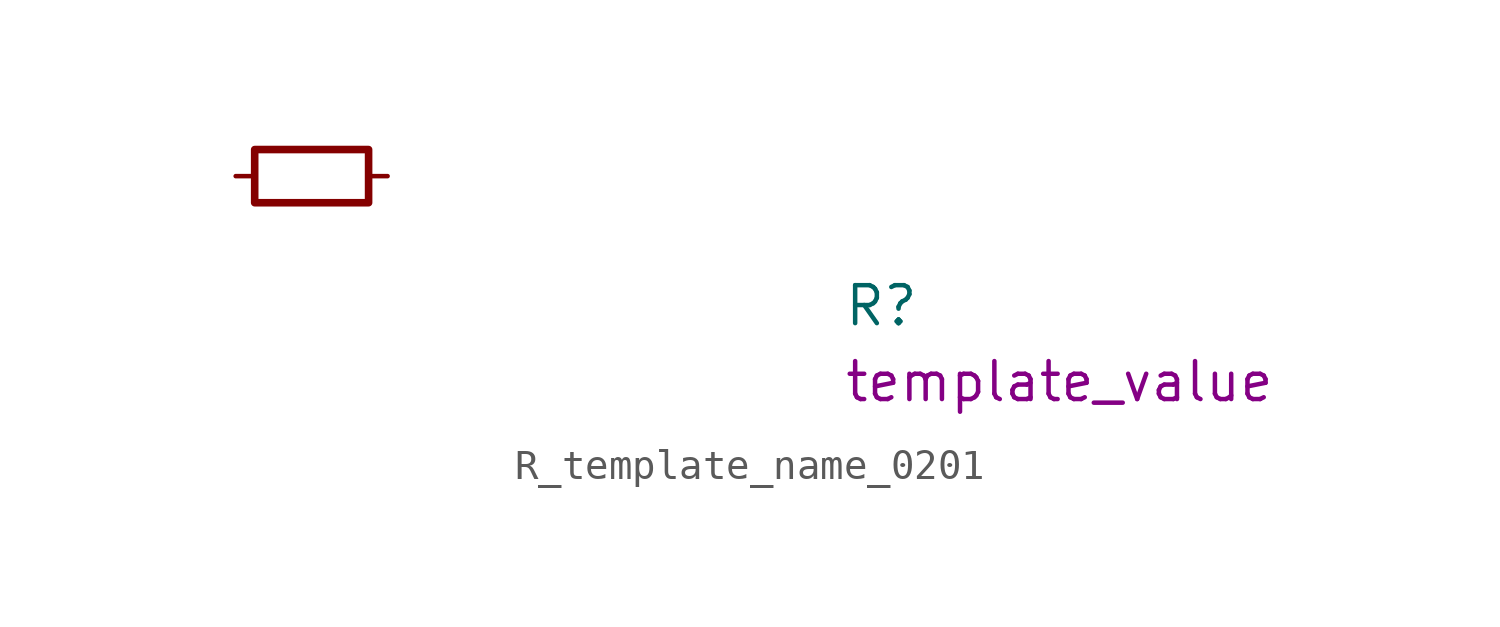
<source format=kicad_sym>
(kicad_symbol_lib
  (version 20220914)
  (generator kicad_symbol_editor)
  (symbol "R_template_name_0201"
    (pin_numbers hide)
    (pin_names hide)
    (property "Reference" "R"
      (at 20.32 -5.08 0)
      (effects (font (size 1.27 1.27) (thickness 0.15)) (justify left bottom)))
    (property "Val" "template_value"
      (at 20.32 -7.62 0)
      (effects (font (size 1.27 1.27) (thickness 0.15)) (justify left bottom)))
    (symbol "R_template_name_0201_0_1"
      (rectangle (start 0.635 0.889) (end 4.445 -0.889) (stroke (width 0.254) (type default)) (fill (type none))))
    (symbol "R_template_name_0201_1_1"
      (pin passive line (at 0 0 0) (length 0.635) (name "~" (effects (font (size 1.27 1.27)))) (number "1" (effects (font (size 1.27 1.27)))))
      (pin passive line (at 5.08 0 180) (length 0.635) (name "~" (effects (font (size 1.27 1.27)))) (number "2" (effects (font (size 1.27 1.27))))))))
</source>
